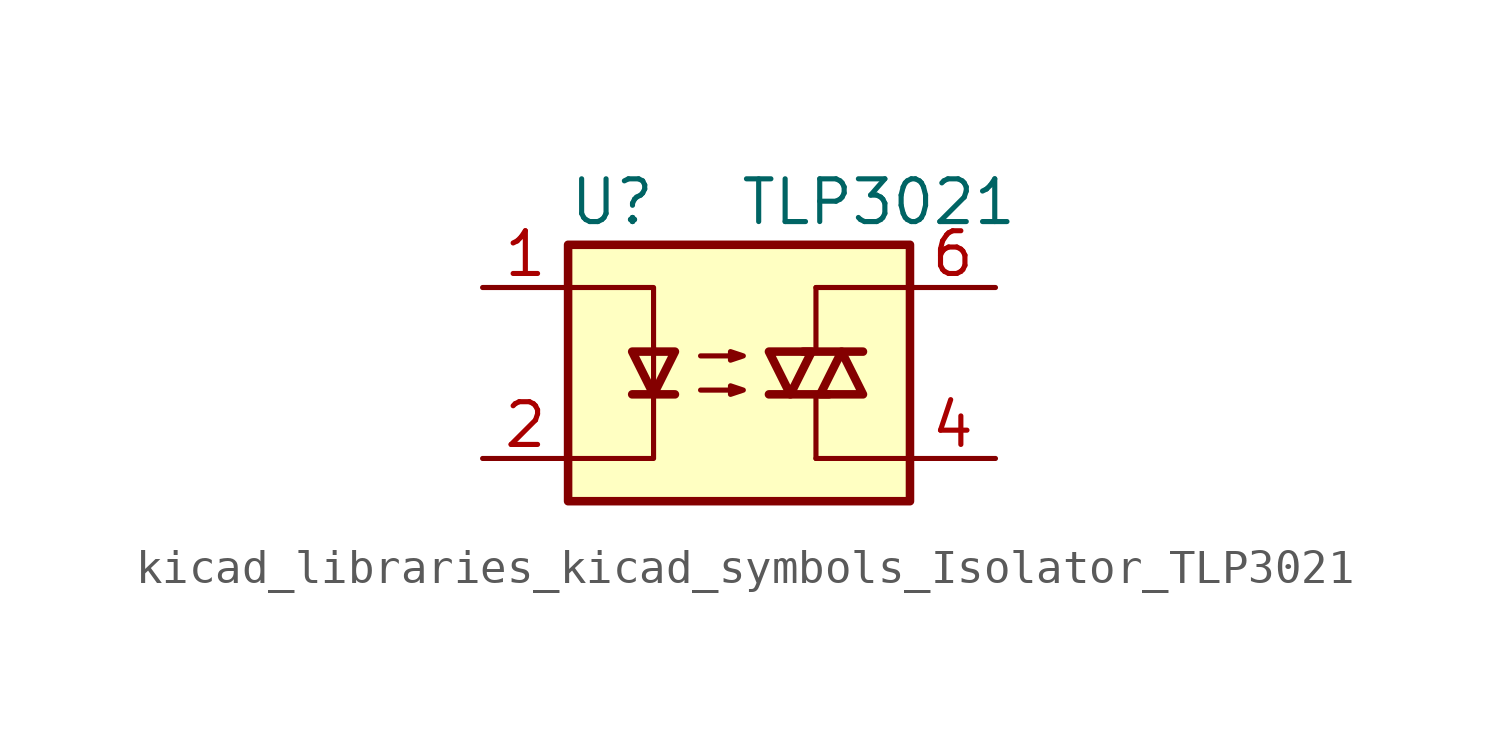
<source format=kicad_sym>
(kicad_symbol_lib
  (version 20220914)
  (generator kicad_symbol_editor)
  (symbol "kicad_libraries_kicad_symbols_Isolator_TLP3021"
    (pin_names
      (offset 1.016))
    (property "Reference" "U"
      (at -5.08 5.08 0)
      (effects (font (size 1.27 1.27)) (justify left)))
    (property "Value" "TLP3021"
      (at 0 5.08 0)
      (effects (font (size 1.27 1.27)) (justify left)))
    (symbol "kicad_libraries_kicad_symbols_Isolator_TLP3021_0_1"
      (rectangle (start -5.08 3.81) (end 5.08 -3.81) (stroke (width 0.254) (type default)) (fill (type background)))
      (polyline (pts (xy -3.175 -0.635) (xy -1.905 -0.635)) (stroke (width 0.254) (type default)) (fill (type none)))
      (polyline (pts (xy 1.905 0.635) (xy 3.683 0.635)) (stroke (width 0.254) (type default)) (fill (type none)))
      (polyline (pts (xy 2.286 -2.54) (xy 2.286 -0.635)) (stroke (width 0) (type default)) (fill (type none)))
      (polyline (pts (xy 2.286 -2.54) (xy 5.08 -2.54)) (stroke (width 0) (type default)) (fill (type none)))
      (polyline (pts (xy 2.286 2.54) (xy 2.286 0.635)) (stroke (width 0) (type default)) (fill (type none)))
      (polyline (pts (xy 2.286 2.54) (xy 5.08 2.54)) (stroke (width 0) (type default)) (fill (type none)))
      (polyline (pts (xy 2.667 -0.635) (xy 0.889 -0.635)) (stroke (width 0.254) (type default)) (fill (type none)))
      (polyline (pts (xy -5.08 2.54) (xy -2.54 2.54) (xy -2.54 0.635)) (stroke (width 0) (type default)) (fill (type none)))
      (polyline (pts (xy -2.54 0.762) (xy -2.54 -2.54) (xy -5.08 -2.54)) (stroke (width 0) (type default)) (fill (type none)))
      (polyline (pts (xy -2.54 -0.635) (xy -3.175 0.635) (xy -1.905 0.635) (xy -2.54 -0.635)) (stroke (width 0.254) (type default)) (fill (type none)))
      (polyline (pts (xy 1.524 -0.635) (xy 2.159 0.635) (xy 0.889 0.635) (xy 1.524 -0.635)) (stroke (width 0.254) (type default)) (fill (type none)))
      (polyline (pts (xy 3.048 0.635) (xy 2.413 -0.635) (xy 3.683 -0.635) (xy 3.048 0.635)) (stroke (width 0.254) (type default)) (fill (type none)))
      (polyline (pts (xy -1.143 -0.508) (xy 0.127 -0.508) (xy -0.254 -0.635) (xy -0.254 -0.381) (xy 0.127 -0.508)) (stroke (width 0) (type default)) (fill (type none)))
      (polyline (pts (xy -1.143 0.508) (xy 0.127 0.508) (xy -0.254 0.381) (xy -0.254 0.635) (xy 0.127 0.508)) (stroke (width 0) (type default)) (fill (type none))))
    (symbol "kicad_libraries_kicad_symbols_Isolator_TLP3021_1_1"
      (pin passive line (at -7.62 2.54 0) (length 2.54) (name "~" (effects (font (size 1.27 1.27)))) (number "1" (effects (font (size 1.27 1.27)))))
      (pin passive line (at -7.62 -2.54 0) (length 2.54) (name "~" (effects (font (size 1.27 1.27)))) (number "2" (effects (font (size 1.27 1.27)))))
      (pin no_connect line (at -5.08 0 0) (length 2.54) hide (name "NC" (effects (font (size 1.27 1.27)))) (number "3" (effects (font (size 1.27 1.27)))))
      (pin passive line (at 7.62 -2.54 180) (length 2.54) (name "~" (effects (font (size 1.27 1.27)))) (number "4" (effects (font (size 1.27 1.27)))))
      (pin passive line (at 7.62 2.54 180) (length 2.54) (name "~" (effects (font (size 1.27 1.27)))) (number "6" (effects (font (size 1.27 1.27))))))))
</source>
